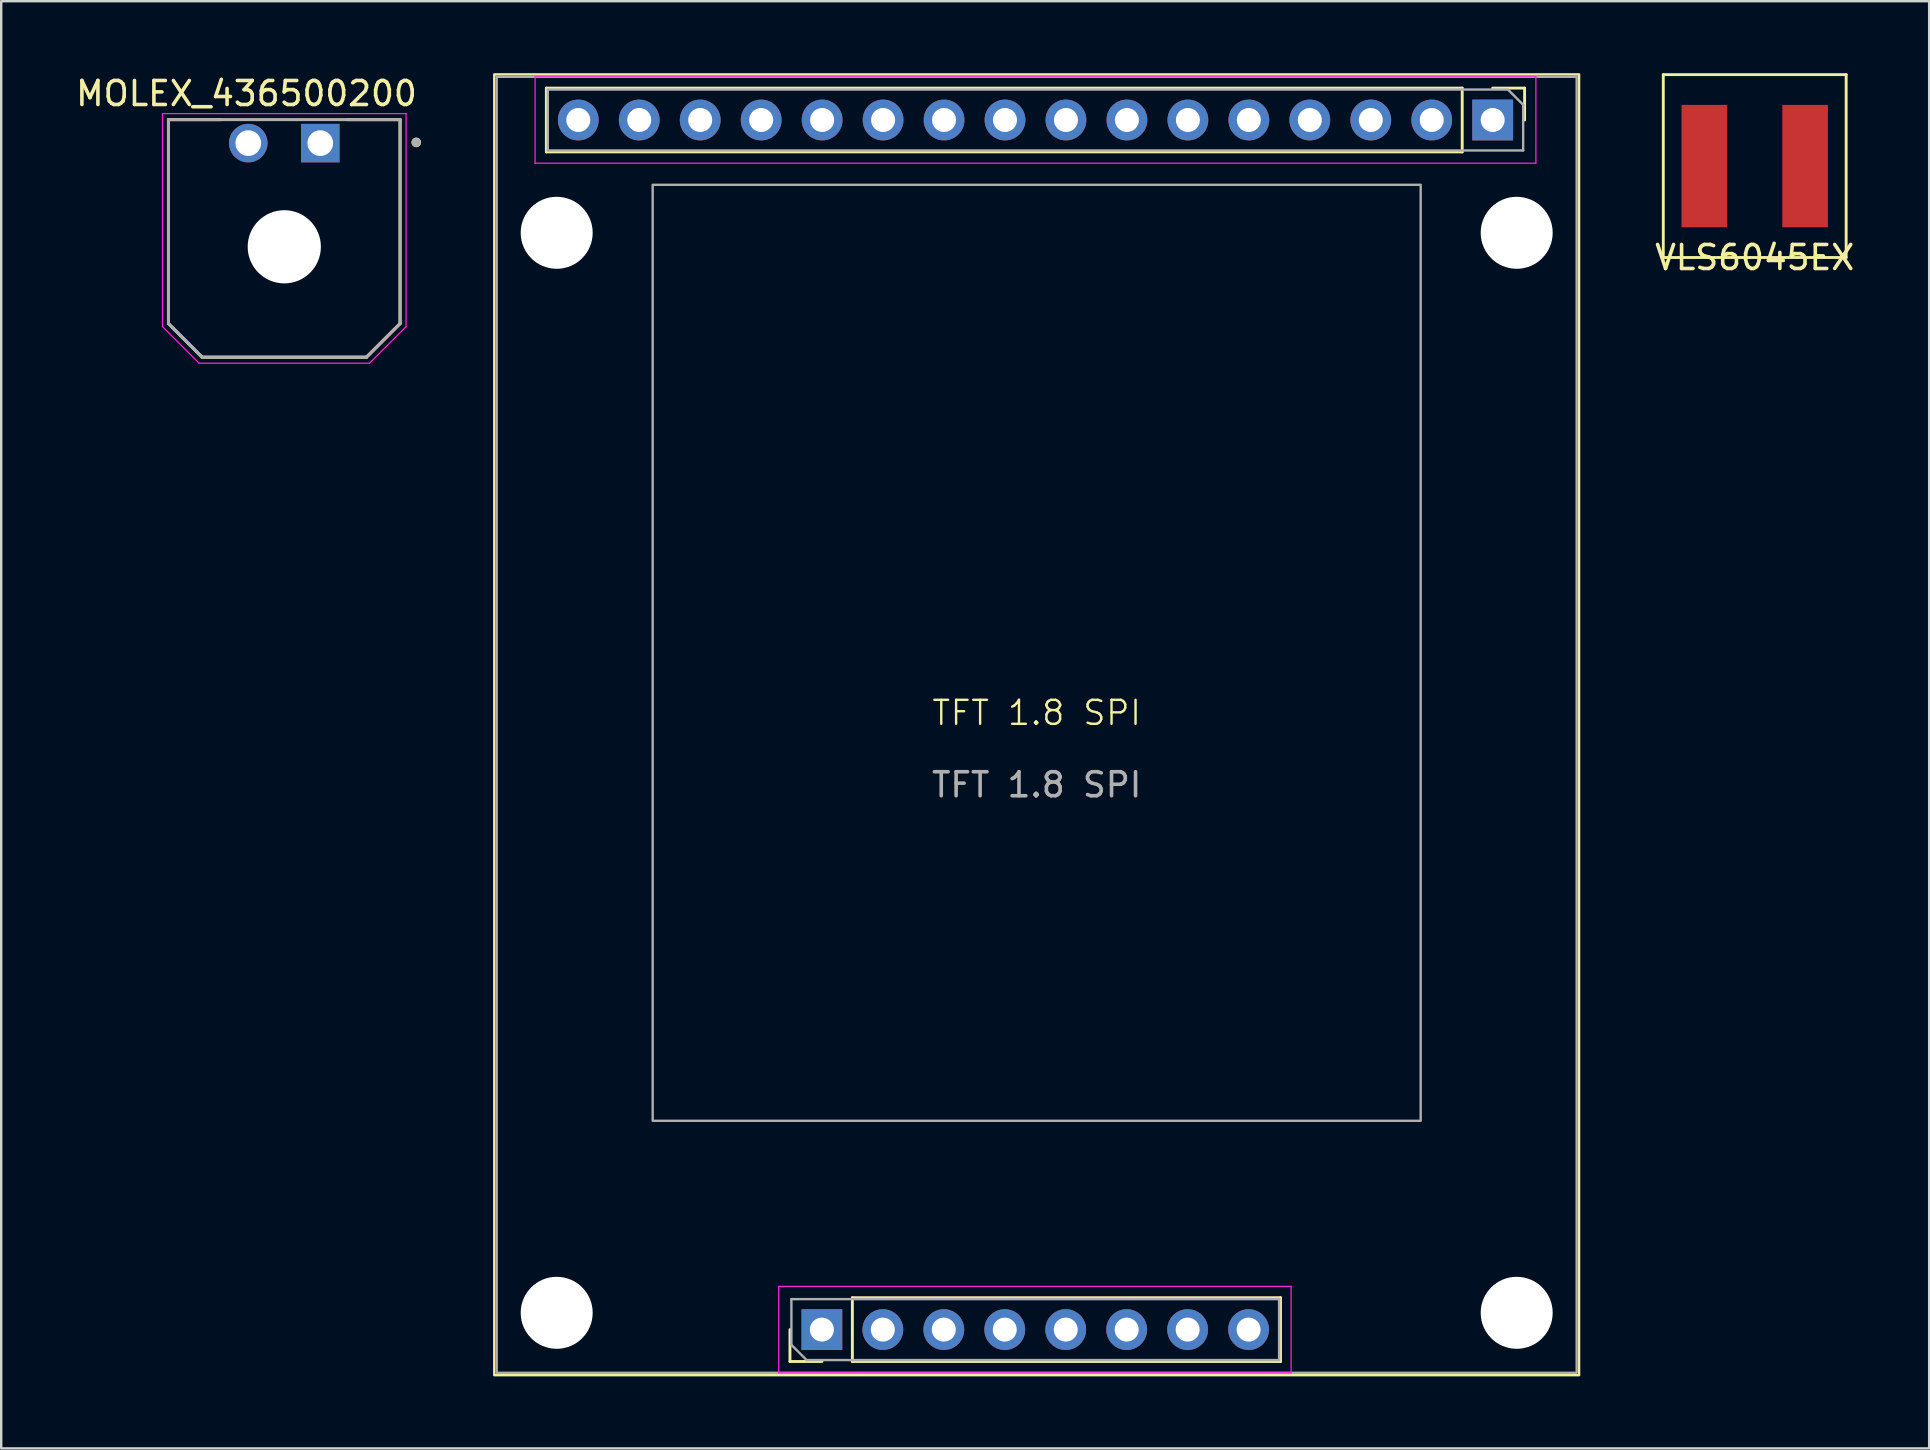
<source format=kicad_pcb>
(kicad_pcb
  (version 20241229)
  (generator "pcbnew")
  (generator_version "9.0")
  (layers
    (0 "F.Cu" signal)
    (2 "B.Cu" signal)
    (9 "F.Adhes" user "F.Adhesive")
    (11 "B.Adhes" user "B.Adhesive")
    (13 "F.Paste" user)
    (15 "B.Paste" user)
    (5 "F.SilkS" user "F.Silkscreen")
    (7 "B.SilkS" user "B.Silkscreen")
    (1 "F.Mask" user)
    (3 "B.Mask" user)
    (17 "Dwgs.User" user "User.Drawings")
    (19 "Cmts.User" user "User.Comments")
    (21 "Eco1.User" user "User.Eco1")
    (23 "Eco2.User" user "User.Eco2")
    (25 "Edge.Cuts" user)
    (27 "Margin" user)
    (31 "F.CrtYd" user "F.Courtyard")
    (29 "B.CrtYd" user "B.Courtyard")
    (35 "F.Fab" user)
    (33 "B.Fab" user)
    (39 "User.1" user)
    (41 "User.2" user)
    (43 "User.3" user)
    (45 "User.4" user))
  (footprint "VLS6045EX"
    (layer "F.Cu")
    (at 70.063 3.87)
    (property "Reference" "VLS6045EX" (at 0 3.81 0) (layer "F.SilkS") (effects (font (size 1 1) (thickness 0.15))))
    (attr through_hole)
    (fp_line (start -3.81 -3.81) (end 3.81 -3.81) (stroke (width 0.12) (type solid)) (layer "F.SilkS"))
    (fp_line (start -3.81 3.81) (end -3.81 -3.81) (stroke (width 0.12) (type solid)) (layer "F.SilkS"))
    (fp_line (start 3.81 -3.81) (end 3.81 3.81) (stroke (width 0.12) (type solid)) (layer "F.SilkS"))
    (fp_line (start 3.81 3.81) (end -3.81 3.81) (stroke (width 0.12) (type solid)) (layer "F.SilkS"))
    (pad "1" smd rect (at -2.1 0) (size 1.9 5.1) (layers "F.Cu" "F.Mask" "F.Paste"))
    (pad "2" smd rect (at 2.1 0) (size 1.9 5.1) (layers "F.Cu" "F.Mask" "F.Paste")))
  (footprint "TFT 1.8 SPI"
    (layer "F.Cu")
    (at 40.145 27.15)
    (property "Reference" "TFT 1.8 SPI" (at 0 -0.5 0) (unlocked yes) (layer "F.SilkS") (effects (font (size 1 1) (thickness 0.1))))
    (attr through_hole)
    (fp_line (start -20.43 -26.53) (end -20.43 -23.87) (stroke (width 0.12) (type solid)) (layer "F.SilkS"))
    (fp_line (start -10.28 26.53) (end -10.28 25.2) (stroke (width 0.12) (type solid)) (layer "F.SilkS"))
    (fp_line (start -8.95 26.53) (end -10.28 26.53) (stroke (width 0.12) (type solid)) (layer "F.SilkS"))
    (fp_line (start -7.68 23.87) (end 10.16 23.87) (stroke (width 0.12) (type solid)) (layer "F.SilkS"))
    (fp_line (start -7.68 26.53) (end -7.68 23.87) (stroke (width 0.12) (type solid)) (layer "F.SilkS"))
    (fp_line (start -7.68 26.53) (end 10.16 26.53) (stroke (width 0.12) (type solid)) (layer "F.SilkS"))
    (fp_line (start 10.16 26.53) (end 10.16 23.87) (stroke (width 0.12) (type solid)) (layer "F.SilkS"))
    (fp_line (start 17.73 -26.53) (end -20.43 -26.53) (stroke (width 0.12) (type solid)) (layer "F.SilkS"))
    (fp_line (start 17.73 -26.53) (end 17.73 -23.87) (stroke (width 0.12) (type solid)) (layer "F.SilkS"))
    (fp_line (start 17.73 -23.87) (end -20.43 -23.87) (stroke (width 0.12) (type solid)) (layer "F.SilkS"))
    (fp_line (start 19 -26.53) (end 20.33 -26.53) (stroke (width 0.12) (type solid)) (layer "F.SilkS"))
    (fp_line (start 20.33 -26.53) (end 20.33 -25.2) (stroke (width 0.12) (type solid)) (layer "F.SilkS"))
    (fp_rect (start -22.6 -27.1) (end 22.6 27.1) (stroke (width 0.1) (type default)) (fill no) (layer "F.SilkS"))
    (fp_line (start -20.9 -27) (end -20.9 -23.4) (stroke (width 0.05) (type solid)) (layer "F.CrtYd"))
    (fp_line (start -20.9 -23.4) (end 20.8 -23.4) (stroke (width 0.05) (type solid)) (layer "F.CrtYd"))
    (fp_line (start -10.75 23.4) (end -10.75 27) (stroke (width 0.05) (type solid)) (layer "F.CrtYd"))
    (fp_line (start -10.75 27) (end 10.6 27) (stroke (width 0.05) (type solid)) (layer "F.CrtYd"))
    (fp_line (start 10.6 23.4) (end -10.75 23.4) (stroke (width 0.05) (type solid)) (layer "F.CrtYd"))
    (fp_line (start 10.6 27) (end 10.6 23.4) (stroke (width 0.05) (type solid)) (layer "F.CrtYd"))
    (fp_line (start 20.8 -27) (end -20.9 -27) (stroke (width 0.05) (type solid)) (layer "F.CrtYd"))
    (fp_line (start 20.8 -23.4) (end 20.8 -27) (stroke (width 0.05) (type solid)) (layer "F.CrtYd"))
    (fp_line (start -20.37 -26.47) (end 19.635 -26.47) (stroke (width 0.1) (type solid)) (layer "F.Fab"))
    (fp_line (start -20.37 -23.93) (end -20.37 -26.47) (stroke (width 0.1) (type solid)) (layer "F.Fab"))
    (fp_line (start -10.22 23.93) (end 10.1 23.93) (stroke (width 0.1) (type solid)) (layer "F.Fab"))
    (fp_line (start -10.22 25.835) (end -10.22 23.93) (stroke (width 0.1) (type solid)) (layer "F.Fab"))
    (fp_line (start -9.585 26.47) (end -10.22 25.835) (stroke (width 0.1) (type solid)) (layer "F.Fab"))
    (fp_line (start 10.1 23.93) (end 10.1 26.47) (stroke (width 0.1) (type solid)) (layer "F.Fab"))
    (fp_line (start 10.1 26.47) (end -9.585 26.47) (stroke (width 0.1) (type solid)) (layer "F.Fab"))
    (fp_line (start 19.635 -26.47) (end 20.27 -25.835) (stroke (width 0.1) (type solid)) (layer "F.Fab"))
    (fp_line (start 20.27 -25.835) (end 20.27 -23.93) (stroke (width 0.1) (type solid)) (layer "F.Fab"))
    (fp_line (start 20.27 -23.93) (end -20.37 -23.93) (stroke (width 0.1) (type solid)) (layer "F.Fab"))
    (fp_rect (start -22.5 -27) (end 22.5 27) (stroke (width 0.1) (type default)) (fill no) (layer "F.Fab"))
    (fp_rect (start -16 -22.5) (end 16 16.5) (stroke (width 0.1) (type default)) (fill no) (layer "F.Fab"))
    (fp_text user "${REFERENCE}" (at 0 2.5 0) (unlocked yes) (layer "F.Fab") (effects (font (size 1 1) (thickness 0.15))))
    (pad "" np_thru_hole circle (at -20 -20.5) (size 3 3) (drill 3) (layers "*.Cu"))
    (pad "" np_thru_hole circle (at -20 24.5) (size 3 3) (drill 3) (layers "*.Cu"))
    (pad "" np_thru_hole circle (at 20 -20.5) (size 3 3) (drill 3) (layers "*.Cu"))
    (pad "" np_thru_hole circle (at 20 24.5) (size 3 3) (drill 3) (layers "*.Cu"))
    (pad "1" thru_hole rect (at 19 -25.2 270) (size 1.7 1.7) (drill 1) (layers "*.Cu" "*.Mask"))
    (pad "2" thru_hole oval (at 16.46 -25.2 270) (size 1.7 1.7) (drill 1) (layers "*.Cu" "*.Mask"))
    (pad "3" thru_hole oval (at 13.92 -25.2 270) (size 1.7 1.7) (drill 1) (layers "*.Cu" "*.Mask"))
    (pad "4" thru_hole oval (at 11.38 -25.2 270) (size 1.7 1.7) (drill 1) (layers "*.Cu" "*.Mask"))
    (pad "5" thru_hole oval (at 8.84 -25.2 270) (size 1.7 1.7) (drill 1) (layers "*.Cu" "*.Mask"))
    (pad "6" thru_hole oval (at 6.3 -25.2 270) (size 1.7 1.7) (drill 1) (layers "*.Cu" "*.Mask"))
    (pad "7" thru_hole oval (at 3.76 -25.2 270) (size 1.7 1.7) (drill 1) (layers "*.Cu" "*.Mask"))
    (pad "8" thru_hole oval (at 1.22 -25.2 270) (size 1.7 1.7) (drill 1) (layers "*.Cu" "*.Mask"))
    (pad "9" thru_hole oval (at -1.32 -25.2 270) (size 1.7 1.7) (drill 1) (layers "*.Cu" "*.Mask"))
    (pad "10" thru_hole oval (at -3.86 -25.2 270) (size 1.7 1.7) (drill 1) (layers "*.Cu" "*.Mask"))
    (pad "11" thru_hole oval (at -6.4 -25.2 270) (size 1.7 1.7) (drill 1) (layers "*.Cu" "*.Mask"))
    (pad "12" thru_hole oval (at -8.94 -25.2 270) (size 1.7 1.7) (drill 1) (layers "*.Cu" "*.Mask"))
    (pad "13" thru_hole oval (at -11.48 -25.2 270) (size 1.7 1.7) (drill 1) (layers "*.Cu" "*.Mask"))
    (pad "14" thru_hole oval (at -14.02 -25.2 270) (size 1.7 1.7) (drill 1) (layers "*.Cu" "*.Mask"))
    (pad "15" thru_hole oval (at -16.56 -25.2 270) (size 1.7 1.7) (drill 1) (layers "*.Cu" "*.Mask"))
    (pad "16" thru_hole oval (at -19.1 -25.2 270) (size 1.7 1.7) (drill 1) (layers "*.Cu" "*.Mask"))
    (pad "17" thru_hole rect (at -8.95 25.2 90) (size 1.7 1.7) (drill 1) (layers "*.Cu" "*.Mask"))
    (pad "18" thru_hole oval (at -6.41 25.2 90) (size 1.7 1.7) (drill 1) (layers "*.Cu" "*.Mask"))
    (pad "19" thru_hole oval (at -3.87 25.2 90) (size 1.7 1.7) (drill 1) (layers "*.Cu" "*.Mask"))
    (pad "20" thru_hole oval (at -1.33 25.2 90) (size 1.7 1.7) (drill 1) (layers "*.Cu" "*.Mask"))
    (pad "21" thru_hole oval (at 1.21 25.2 90) (size 1.7 1.7) (drill 1) (layers "*.Cu" "*.Mask"))
    (pad "22" thru_hole oval (at 3.75 25.2 90) (size 1.7 1.7) (drill 1) (layers "*.Cu" "*.Mask"))
    (pad "23" thru_hole oval (at 6.29 25.2 90) (size 1.7 1.7) (drill 1) (layers "*.Cu" "*.Mask"))
    (pad "24" thru_hole oval (at 8.83 25.2 90) (size 1.7 1.7) (drill 1) (layers "*.Cu" "*.Mask")))
  (footprint "MOLEX_436500200"
    (layer "F.Cu")
    (at 8.795 6.883)
    (property "Reference" "MOLEX_436500200" (at -1.575 -6.035 0) (layer "F.SilkS") (effects (font (size 1 1) (thickness 0.15))))
    (attr through_hole)
    (fp_line (start -4.825 -4.95) (end -4.825 3.55) (stroke (width 0.127) (type solid)) (layer "F.SilkS"))
    (fp_line (start -4.825 -4.95) (end -2.62 -4.95) (stroke (width 0.127) (type solid)) (layer "F.SilkS"))
    (fp_line (start -4.825 3.55) (end -3.425 4.95) (stroke (width 0.127) (type solid)) (layer "F.SilkS"))
    (fp_line (start -3.425 4.95) (end 3.425 4.95) (stroke (width 0.127) (type solid)) (layer "F.SilkS"))
    (fp_line (start 2.62 -4.95) (end 4.825 -4.95) (stroke (width 0.127) (type solid)) (layer "F.SilkS"))
    (fp_line (start 3.425 4.95) (end 4.825 3.55) (stroke (width 0.127) (type solid)) (layer "F.SilkS"))
    (fp_line (start 4.825 3.55) (end 4.825 -4.95) (stroke (width 0.127) (type solid)) (layer "F.SilkS"))
    (fp_circle (center 5.5 -4) (end 5.6 -4) (stroke (width 0.2) (type solid)) (fill no) (layer "F.SilkS"))
    (fp_line (start -5.075 -5.2) (end -5.075 3.675) (stroke (width 0.05) (type solid)) (layer "F.CrtYd"))
    (fp_line (start -5.075 3.675) (end -3.55 5.2) (stroke (width 0.05) (type solid)) (layer "F.CrtYd"))
    (fp_line (start -3.55 5.2) (end 3.55 5.2) (stroke (width 0.05) (type solid)) (layer "F.CrtYd"))
    (fp_line (start 3.55 5.2) (end 5.075 3.675) (stroke (width 0.05) (type solid)) (layer "F.CrtYd"))
    (fp_line (start 5.075 -5.2) (end -5.075 -5.2) (stroke (width 0.05) (type solid)) (layer "F.CrtYd"))
    (fp_line (start 5.075 3.675) (end 5.075 -5.2) (stroke (width 0.05) (type solid)) (layer "F.CrtYd"))
    (fp_line (start -4.825 -4.95) (end -4.825 3.55) (stroke (width 0.127) (type solid)) (layer "F.Fab"))
    (fp_line (start -4.825 3.55) (end -3.425 4.95) (stroke (width 0.127) (type solid)) (layer "F.Fab"))
    (fp_line (start -3.425 4.95) (end 3.425 4.95) (stroke (width 0.127) (type solid)) (layer "F.Fab"))
    (fp_line (start 3.425 4.95) (end 4.825 3.55) (stroke (width 0.127) (type solid)) (layer "F.Fab"))
    (fp_line (start 4.825 -4.95) (end -4.825 -4.95) (stroke (width 0.127) (type solid)) (layer "F.Fab"))
    (fp_line (start 4.825 3.55) (end 4.825 -4.95) (stroke (width 0.127) (type solid)) (layer "F.Fab"))
    (fp_circle (center 5.5 -4) (end 5.6 -4) (stroke (width 0.2) (type solid)) (fill no) (layer "F.Fab"))
    (pad "" np_thru_hole circle (at 0 0.35) (size 3.05 3.05) (drill 3.05) (layers "*.Cu" "*.Mask"))
    (pad "1" thru_hole rect (at 1.5 -3.97) (size 1.605 1.605) (drill 1.07) (layers "*.Cu" "*.Mask"))
    (pad "2" thru_hole circle (at -1.5 -3.97) (size 1.605 1.605) (drill 1.07) (layers "*.Cu" "*.Mask")))
  (gr_rect
    (start -3 -3)
    (end 77.331 57.3)
    (stroke (width 0.1) (type default))
    (fill no)
    (layer "Edge.Cuts")))
</source>
